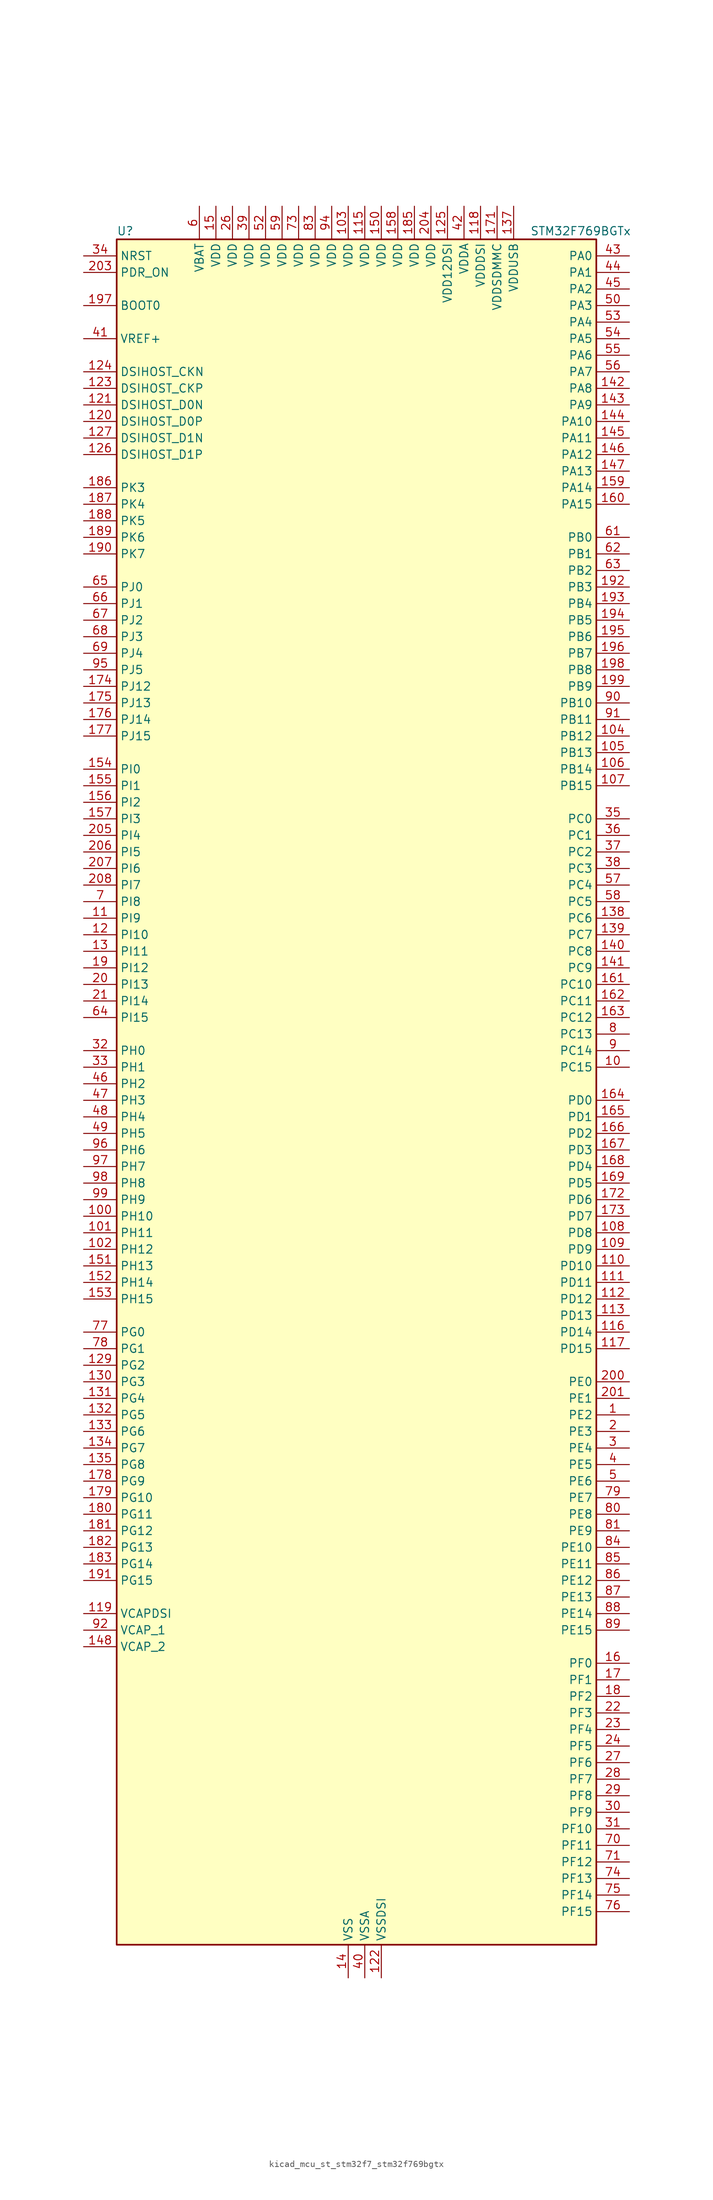
<source format=kicad_sym>
(kicad_symbol_lib
  (version 20220914)
  (generator kicad_symbol_editor)
  (symbol "kicad_mcu_st_stm32f7_stm32f769bgtx"
    (property "Reference" "U"
      (at -35.56 133.35 0)
      (effects (font (size 1.27 1.27)) (justify left)))
    (property "Value" "STM32F769BGTx"
      (at 27.94 133.35 0)
      (effects (font (size 1.27 1.27)) (justify left)))
    (property "ki_locked" ""
      (at 0 0 0)
      (effects (font (size 1.27 1.27))))
    (symbol "kicad_mcu_st_stm32f7_stm32f769bgtx_0_1"
      (rectangle (start -35.56 -129.54) (end 38.1 132.08) (stroke (width 0.254) (type default)) (fill (type background))))
    (symbol "kicad_mcu_st_stm32f7_stm32f769bgtx_1_1"
      (pin bidirectional line (at 43.18 -48.26 180) (length 5.08) (name "PE2" (effects (font (size 1.27 1.27)))) (number "1" (effects (font (size 1.27 1.27)))) (alternate "ETH_TXD3" bidirectional line) (alternate "FMC_A23" bidirectional line) (alternate "QUADSPI_BK1_IO2" bidirectional line) (alternate "SAI1_MCLK_A" bidirectional line) (alternate "SPI4_SCK" bidirectional line) (alternate "SYS_TRACECLK" bidirectional line))
      (pin bidirectional line (at 43.18 5.08 180) (length 5.08) (name "PC15" (effects (font (size 1.27 1.27)))) (number "10" (effects (font (size 1.27 1.27)))) (alternate "RCC_OSC32_OUT" bidirectional line))
      (pin bidirectional line (at -40.64 -17.78 0) (length 5.08) (name "PH10" (effects (font (size 1.27 1.27)))) (number "100" (effects (font (size 1.27 1.27)))) (alternate "DCMI_D1" bidirectional line) (alternate "FMC_D18" bidirectional line) (alternate "I2C4_SMBA" bidirectional line) (alternate "LTDC_R4" bidirectional line) (alternate "TIM5_CH1" bidirectional line))
      (pin bidirectional line (at -40.64 -20.32 0) (length 5.08) (name "PH11" (effects (font (size 1.27 1.27)))) (number "101" (effects (font (size 1.27 1.27)))) (alternate "ADC1_EXTI11" bidirectional line) (alternate "ADC2_EXTI11" bidirectional line) (alternate "ADC3_EXTI11" bidirectional line) (alternate "DCMI_D2" bidirectional line) (alternate "FMC_D19" bidirectional line) (alternate "I2C4_SCL" bidirectional line) (alternate "LTDC_R5" bidirectional line) (alternate "TIM5_CH2" bidirectional line))
      (pin bidirectional line (at -40.64 -22.86 0) (length 5.08) (name "PH12" (effects (font (size 1.27 1.27)))) (number "102" (effects (font (size 1.27 1.27)))) (alternate "DCMI_D3" bidirectional line) (alternate "FMC_D20" bidirectional line) (alternate "I2C4_SDA" bidirectional line) (alternate "LTDC_R6" bidirectional line) (alternate "TIM5_CH3" bidirectional line))
      (pin power_in line (at 0 137.16 270) (length 5.08) (name "VDD" (effects (font (size 1.27 1.27)))) (number "103" (effects (font (size 1.27 1.27)))))
      (pin bidirectional line (at 43.18 55.88 180) (length 5.08) (name "PB12" (effects (font (size 1.27 1.27)))) (number "104" (effects (font (size 1.27 1.27)))) (alternate "CAN2_RX" bidirectional line) (alternate "DFSDM1_DATIN1" bidirectional line) (alternate "ETH_TXD0" bidirectional line) (alternate "I2C2_SMBA" bidirectional line) (alternate "I2S2_WS" bidirectional line) (alternate "SPI2_NSS" bidirectional line) (alternate "TIM1_BKIN" bidirectional line) (alternate "UART5_RX" bidirectional line) (alternate "USART3_CK" bidirectional line) (alternate "USB_OTG_HS_ID" bidirectional line) (alternate "USB_OTG_HS_ULPI_D5" bidirectional line))
      (pin bidirectional line (at 43.18 53.34 180) (length 5.08) (name "PB13" (effects (font (size 1.27 1.27)))) (number "105" (effects (font (size 1.27 1.27)))) (alternate "CAN2_TX" bidirectional line) (alternate "DFSDM1_CKIN1" bidirectional line) (alternate "ETH_TXD1" bidirectional line) (alternate "I2S2_CK" bidirectional line) (alternate "SPI2_SCK" bidirectional line) (alternate "TIM1_CH1N" bidirectional line) (alternate "UART5_TX" bidirectional line) (alternate "USART3_CTS" bidirectional line) (alternate "USB_OTG_HS_ULPI_D6" bidirectional line) (alternate "USB_OTG_HS_VBUS" bidirectional line))
      (pin bidirectional line (at 43.18 50.8 180) (length 5.08) (name "PB14" (effects (font (size 1.27 1.27)))) (number "106" (effects (font (size 1.27 1.27)))) (alternate "DFSDM1_DATIN2" bidirectional line) (alternate "SDMMC2_D0" bidirectional line) (alternate "SPI2_MISO" bidirectional line) (alternate "TIM12_CH1" bidirectional line) (alternate "TIM1_CH2N" bidirectional line) (alternate "TIM8_CH2N" bidirectional line) (alternate "UART4_DE" bidirectional line) (alternate "UART4_RTS" bidirectional line) (alternate "USART1_TX" bidirectional line) (alternate "USART3_DE" bidirectional line) (alternate "USART3_RTS" bidirectional line) (alternate "USB_OTG_HS_DM" bidirectional line))
      (pin bidirectional line (at 43.18 48.26 180) (length 5.08) (name "PB15" (effects (font (size 1.27 1.27)))) (number "107" (effects (font (size 1.27 1.27)))) (alternate "DFSDM1_CKIN2" bidirectional line) (alternate "I2S2_SD" bidirectional line) (alternate "RTC_REFIN" bidirectional line) (alternate "SDMMC2_D1" bidirectional line) (alternate "SPI2_MOSI" bidirectional line) (alternate "TIM12_CH2" bidirectional line) (alternate "TIM1_CH3N" bidirectional line) (alternate "TIM8_CH3N" bidirectional line) (alternate "UART4_CTS" bidirectional line) (alternate "USART1_RX" bidirectional line) (alternate "USB_OTG_HS_DP" bidirectional line))
      (pin bidirectional line (at 43.18 -20.32 180) (length 5.08) (name "PD8" (effects (font (size 1.27 1.27)))) (number "108" (effects (font (size 1.27 1.27)))) (alternate "DFSDM1_CKIN3" bidirectional line) (alternate "FMC_D13" bidirectional line) (alternate "FMC_DA13" bidirectional line) (alternate "SPDIFRX_IN1" bidirectional line) (alternate "USART3_TX" bidirectional line))
      (pin bidirectional line (at 43.18 -22.86 180) (length 5.08) (name "PD9" (effects (font (size 1.27 1.27)))) (number "109" (effects (font (size 1.27 1.27)))) (alternate "DAC_EXTI9" bidirectional line) (alternate "DFSDM1_DATIN3" bidirectional line) (alternate "FMC_D14" bidirectional line) (alternate "FMC_DA14" bidirectional line) (alternate "USART3_RX" bidirectional line))
      (pin bidirectional line (at -40.64 27.94 0) (length 5.08) (name "PI9" (effects (font (size 1.27 1.27)))) (number "11" (effects (font (size 1.27 1.27)))) (alternate "CAN1_RX" bidirectional line) (alternate "DAC_EXTI9" bidirectional line) (alternate "FMC_D30" bidirectional line) (alternate "LTDC_VSYNC" bidirectional line) (alternate "UART4_RX" bidirectional line))
      (pin bidirectional line (at 43.18 -25.4 180) (length 5.08) (name "PD10" (effects (font (size 1.27 1.27)))) (number "110" (effects (font (size 1.27 1.27)))) (alternate "DFSDM1_CKOUT" bidirectional line) (alternate "FMC_D15" bidirectional line) (alternate "FMC_DA15" bidirectional line) (alternate "LTDC_B3" bidirectional line) (alternate "USART3_CK" bidirectional line))
      (pin bidirectional line (at 43.18 -27.94 180) (length 5.08) (name "PD11" (effects (font (size 1.27 1.27)))) (number "111" (effects (font (size 1.27 1.27)))) (alternate "ADC1_EXTI11" bidirectional line) (alternate "ADC2_EXTI11" bidirectional line) (alternate "ADC3_EXTI11" bidirectional line) (alternate "FMC_A16" bidirectional line) (alternate "FMC_CLE" bidirectional line) (alternate "I2C4_SMBA" bidirectional line) (alternate "QUADSPI_BK1_IO0" bidirectional line) (alternate "SAI2_SD_A" bidirectional line) (alternate "USART3_CTS" bidirectional line))
      (pin bidirectional line (at 43.18 -30.48 180) (length 5.08) (name "PD12" (effects (font (size 1.27 1.27)))) (number "112" (effects (font (size 1.27 1.27)))) (alternate "FMC_A17" bidirectional line) (alternate "FMC_ALE" bidirectional line) (alternate "I2C4_SCL" bidirectional line) (alternate "LPTIM1_IN1" bidirectional line) (alternate "QUADSPI_BK1_IO1" bidirectional line) (alternate "SAI2_FS_A" bidirectional line) (alternate "TIM4_CH1" bidirectional line) (alternate "USART3_DE" bidirectional line) (alternate "USART3_RTS" bidirectional line))
      (pin bidirectional line (at 43.18 -33.02 180) (length 5.08) (name "PD13" (effects (font (size 1.27 1.27)))) (number "113" (effects (font (size 1.27 1.27)))) (alternate "FMC_A18" bidirectional line) (alternate "I2C4_SDA" bidirectional line) (alternate "LPTIM1_OUT" bidirectional line) (alternate "QUADSPI_BK1_IO3" bidirectional line) (alternate "SAI2_SCK_A" bidirectional line) (alternate "TIM4_CH2" bidirectional line))
      (pin passive line (at 0 -134.62 90) (length 5.08) hide (name "VSS" (effects (font (size 1.27 1.27)))) (number "114" (effects (font (size 1.27 1.27)))))
      (pin power_in line (at 2.54 137.16 270) (length 5.08) (name "VDD" (effects (font (size 1.27 1.27)))) (number "115" (effects (font (size 1.27 1.27)))))
      (pin bidirectional line (at 43.18 -35.56 180) (length 5.08) (name "PD14" (effects (font (size 1.27 1.27)))) (number "116" (effects (font (size 1.27 1.27)))) (alternate "FMC_D0" bidirectional line) (alternate "FMC_DA0" bidirectional line) (alternate "TIM4_CH3" bidirectional line) (alternate "UART8_CTS" bidirectional line))
      (pin bidirectional line (at 43.18 -38.1 180) (length 5.08) (name "PD15" (effects (font (size 1.27 1.27)))) (number "117" (effects (font (size 1.27 1.27)))) (alternate "FMC_D1" bidirectional line) (alternate "FMC_DA1" bidirectional line) (alternate "TIM4_CH4" bidirectional line) (alternate "UART8_DE" bidirectional line) (alternate "UART8_RTS" bidirectional line))
      (pin power_in line (at 20.32 137.16 270) (length 5.08) (name "VDDDSI" (effects (font (size 1.27 1.27)))) (number "118" (effects (font (size 1.27 1.27)))))
      (pin power_out line (at -40.64 -78.74 0) (length 5.08) (name "VCAPDSI" (effects (font (size 1.27 1.27)))) (number "119" (effects (font (size 1.27 1.27)))))
      (pin bidirectional line (at -40.64 25.4 0) (length 5.08) (name "PI10" (effects (font (size 1.27 1.27)))) (number "12" (effects (font (size 1.27 1.27)))) (alternate "ETH_RX_ER" bidirectional line) (alternate "FMC_D31" bidirectional line) (alternate "LTDC_HSYNC" bidirectional line))
      (pin bidirectional line (at -40.64 104.14 0) (length 5.08) (name "DSIHOST_D0P" (effects (font (size 1.27 1.27)))) (number "120" (effects (font (size 1.27 1.27)))) (alternate "DSIHOST_D0P" bidirectional line))
      (pin bidirectional line (at -40.64 106.68 0) (length 5.08) (name "DSIHOST_D0N" (effects (font (size 1.27 1.27)))) (number "121" (effects (font (size 1.27 1.27)))) (alternate "DSIHOST_D0N" bidirectional line))
      (pin power_in line (at 5.08 -134.62 90) (length 5.08) (name "VSSDSI" (effects (font (size 1.27 1.27)))) (number "122" (effects (font (size 1.27 1.27)))))
      (pin bidirectional line (at -40.64 109.22 0) (length 5.08) (name "DSIHOST_CKP" (effects (font (size 1.27 1.27)))) (number "123" (effects (font (size 1.27 1.27)))) (alternate "DSIHOST_CKP" bidirectional line))
      (pin bidirectional line (at -40.64 111.76 0) (length 5.08) (name "DSIHOST_CKN" (effects (font (size 1.27 1.27)))) (number "124" (effects (font (size 1.27 1.27)))) (alternate "DSIHOST_CKN" bidirectional line))
      (pin power_in line (at 15.24 137.16 270) (length 5.08) (name "VDD12DSI" (effects (font (size 1.27 1.27)))) (number "125" (effects (font (size 1.27 1.27)))))
      (pin bidirectional line (at -40.64 99.06 0) (length 5.08) (name "DSIHOST_D1P" (effects (font (size 1.27 1.27)))) (number "126" (effects (font (size 1.27 1.27)))) (alternate "DSIHOST_D1P" bidirectional line))
      (pin bidirectional line (at -40.64 101.6 0) (length 5.08) (name "DSIHOST_D1N" (effects (font (size 1.27 1.27)))) (number "127" (effects (font (size 1.27 1.27)))) (alternate "DSIHOST_D1N" bidirectional line))
      (pin passive line (at 5.08 -134.62 90) (length 5.08) hide (name "VSSDSI" (effects (font (size 1.27 1.27)))) (number "128" (effects (font (size 1.27 1.27)))))
      (pin bidirectional line (at -40.64 -40.64 0) (length 5.08) (name "PG2" (effects (font (size 1.27 1.27)))) (number "129" (effects (font (size 1.27 1.27)))) (alternate "FMC_A12" bidirectional line))
      (pin bidirectional line (at -40.64 22.86 0) (length 5.08) (name "PI11" (effects (font (size 1.27 1.27)))) (number "13" (effects (font (size 1.27 1.27)))) (alternate "ADC1_EXTI11" bidirectional line) (alternate "ADC2_EXTI11" bidirectional line) (alternate "ADC3_EXTI11" bidirectional line) (alternate "LTDC_G6" bidirectional line) (alternate "SYS_WKUP6" bidirectional line) (alternate "USB_OTG_HS_ULPI_DIR" bidirectional line))
      (pin bidirectional line (at -40.64 -43.18 0) (length 5.08) (name "PG3" (effects (font (size 1.27 1.27)))) (number "130" (effects (font (size 1.27 1.27)))) (alternate "FMC_A13" bidirectional line))
      (pin bidirectional line (at -40.64 -45.72 0) (length 5.08) (name "PG4" (effects (font (size 1.27 1.27)))) (number "131" (effects (font (size 1.27 1.27)))) (alternate "FMC_A14" bidirectional line) (alternate "FMC_BA0" bidirectional line))
      (pin bidirectional line (at -40.64 -48.26 0) (length 5.08) (name "PG5" (effects (font (size 1.27 1.27)))) (number "132" (effects (font (size 1.27 1.27)))) (alternate "FMC_A15" bidirectional line) (alternate "FMC_BA1" bidirectional line))
      (pin bidirectional line (at -40.64 -50.8 0) (length 5.08) (name "PG6" (effects (font (size 1.27 1.27)))) (number "133" (effects (font (size 1.27 1.27)))) (alternate "DCMI_D12" bidirectional line) (alternate "FMC_NE3" bidirectional line) (alternate "LTDC_R7" bidirectional line))
      (pin bidirectional line (at -40.64 -53.34 0) (length 5.08) (name "PG7" (effects (font (size 1.27 1.27)))) (number "134" (effects (font (size 1.27 1.27)))) (alternate "DCMI_D13" bidirectional line) (alternate "FMC_INT" bidirectional line) (alternate "LTDC_CLK" bidirectional line) (alternate "SAI1_MCLK_A" bidirectional line) (alternate "USART6_CK" bidirectional line))
      (pin bidirectional line (at -40.64 -55.88 0) (length 5.08) (name "PG8" (effects (font (size 1.27 1.27)))) (number "135" (effects (font (size 1.27 1.27)))) (alternate "ETH_PPS_OUT" bidirectional line) (alternate "FMC_SDCLK" bidirectional line) (alternate "LTDC_G7" bidirectional line) (alternate "SPDIFRX_IN2" bidirectional line) (alternate "SPI6_NSS" bidirectional line) (alternate "USART6_DE" bidirectional line) (alternate "USART6_RTS" bidirectional line))
      (pin passive line (at 0 -134.62 90) (length 5.08) hide (name "VSS" (effects (font (size 1.27 1.27)))) (number "136" (effects (font (size 1.27 1.27)))))
      (pin power_in line (at 25.4 137.16 270) (length 5.08) (name "VDDUSB" (effects (font (size 1.27 1.27)))) (number "137" (effects (font (size 1.27 1.27)))))
      (pin bidirectional line (at 43.18 27.94 180) (length 5.08) (name "PC6" (effects (font (size 1.27 1.27)))) (number "138" (effects (font (size 1.27 1.27)))) (alternate "DCMI_D0" bidirectional line) (alternate "DFSDM1_CKIN3" bidirectional line) (alternate "FMC_NWAIT" bidirectional line) (alternate "I2S2_MCK" bidirectional line) (alternate "LTDC_HSYNC" bidirectional line) (alternate "SDMMC1_D6" bidirectional line) (alternate "SDMMC2_D6" bidirectional line) (alternate "TIM3_CH1" bidirectional line) (alternate "TIM8_CH1" bidirectional line) (alternate "USART6_TX" bidirectional line))
      (pin bidirectional line (at 43.18 25.4 180) (length 5.08) (name "PC7" (effects (font (size 1.27 1.27)))) (number "139" (effects (font (size 1.27 1.27)))) (alternate "DCMI_D1" bidirectional line) (alternate "DFSDM1_DATIN3" bidirectional line) (alternate "FMC_NE1" bidirectional line) (alternate "I2S3_MCK" bidirectional line) (alternate "LTDC_G6" bidirectional line) (alternate "SDMMC1_D7" bidirectional line) (alternate "SDMMC2_D7" bidirectional line) (alternate "TIM3_CH2" bidirectional line) (alternate "TIM8_CH2" bidirectional line) (alternate "USART6_RX" bidirectional line))
      (pin power_in line (at 0 -134.62 90) (length 5.08) (name "VSS" (effects (font (size 1.27 1.27)))) (number "14" (effects (font (size 1.27 1.27)))))
      (pin bidirectional line (at 43.18 22.86 180) (length 5.08) (name "PC8" (effects (font (size 1.27 1.27)))) (number "140" (effects (font (size 1.27 1.27)))) (alternate "DCMI_D2" bidirectional line) (alternate "FMC_NCE" bidirectional line) (alternate "FMC_NE2" bidirectional line) (alternate "SDMMC1_D0" bidirectional line) (alternate "SYS_TRACED1" bidirectional line) (alternate "TIM3_CH3" bidirectional line) (alternate "TIM8_CH3" bidirectional line) (alternate "UART5_DE" bidirectional line) (alternate "UART5_RTS" bidirectional line) (alternate "USART6_CK" bidirectional line))
      (pin bidirectional line (at 43.18 20.32 180) (length 5.08) (name "PC9" (effects (font (size 1.27 1.27)))) (number "141" (effects (font (size 1.27 1.27)))) (alternate "DAC_EXTI9" bidirectional line) (alternate "DCMI_D3" bidirectional line) (alternate "I2C3_SDA" bidirectional line) (alternate "I2S_CKIN" bidirectional line) (alternate "LTDC_B2" bidirectional line) (alternate "LTDC_G3" bidirectional line) (alternate "QUADSPI_BK1_IO0" bidirectional line) (alternate "RCC_MCO_2" bidirectional line) (alternate "SDMMC1_D1" bidirectional line) (alternate "TIM3_CH4" bidirectional line) (alternate "TIM8_CH4" bidirectional line) (alternate "UART5_CTS" bidirectional line))
      (pin bidirectional line (at 43.18 109.22 180) (length 5.08) (name "PA8" (effects (font (size 1.27 1.27)))) (number "142" (effects (font (size 1.27 1.27)))) (alternate "CAN3_RX" bidirectional line) (alternate "I2C3_SCL" bidirectional line) (alternate "LTDC_B3" bidirectional line) (alternate "LTDC_R6" bidirectional line) (alternate "RCC_MCO_1" bidirectional line) (alternate "TIM1_CH1" bidirectional line) (alternate "TIM8_BKIN2" bidirectional line) (alternate "UART7_RX" bidirectional line) (alternate "USART1_CK" bidirectional line) (alternate "USB_OTG_FS_SOF" bidirectional line))
      (pin bidirectional line (at 43.18 106.68 180) (length 5.08) (name "PA9" (effects (font (size 1.27 1.27)))) (number "143" (effects (font (size 1.27 1.27)))) (alternate "DAC_EXTI9" bidirectional line) (alternate "DCMI_D0" bidirectional line) (alternate "I2C3_SMBA" bidirectional line) (alternate "I2S2_CK" bidirectional line) (alternate "LTDC_R5" bidirectional line) (alternate "SPI2_SCK" bidirectional line) (alternate "TIM1_CH2" bidirectional line) (alternate "USART1_TX" bidirectional line) (alternate "USB_OTG_FS_VBUS" bidirectional line))
      (pin bidirectional line (at 43.18 104.14 180) (length 5.08) (name "PA10" (effects (font (size 1.27 1.27)))) (number "144" (effects (font (size 1.27 1.27)))) (alternate "DCMI_D1" bidirectional line) (alternate "LTDC_B1" bidirectional line) (alternate "LTDC_B4" bidirectional line) (alternate "MDIOS_MDIO" bidirectional line) (alternate "TIM1_CH3" bidirectional line) (alternate "USART1_RX" bidirectional line) (alternate "USB_OTG_FS_ID" bidirectional line))
      (pin bidirectional line (at 43.18 101.6 180) (length 5.08) (name "PA11" (effects (font (size 1.27 1.27)))) (number "145" (effects (font (size 1.27 1.27)))) (alternate "ADC1_EXTI11" bidirectional line) (alternate "ADC2_EXTI11" bidirectional line) (alternate "ADC3_EXTI11" bidirectional line) (alternate "CAN1_RX" bidirectional line) (alternate "I2S2_WS" bidirectional line) (alternate "LTDC_R4" bidirectional line) (alternate "SPI2_NSS" bidirectional line) (alternate "TIM1_CH4" bidirectional line) (alternate "UART4_RX" bidirectional line) (alternate "USART1_CTS" bidirectional line) (alternate "USB_OTG_FS_DM" bidirectional line))
      (pin bidirectional line (at 43.18 99.06 180) (length 5.08) (name "PA12" (effects (font (size 1.27 1.27)))) (number "146" (effects (font (size 1.27 1.27)))) (alternate "CAN1_TX" bidirectional line) (alternate "I2S2_CK" bidirectional line) (alternate "LTDC_R5" bidirectional line) (alternate "SAI2_FS_B" bidirectional line) (alternate "SPI2_SCK" bidirectional line) (alternate "TIM1_ETR" bidirectional line) (alternate "UART4_TX" bidirectional line) (alternate "USART1_DE" bidirectional line) (alternate "USART1_RTS" bidirectional line) (alternate "USB_OTG_FS_DP" bidirectional line))
      (pin bidirectional line (at 43.18 96.52 180) (length 5.08) (name "PA13" (effects (font (size 1.27 1.27)))) (number "147" (effects (font (size 1.27 1.27)))) (alternate "SYS_JTMS-SWDIO" bidirectional line))
      (pin power_out line (at -40.64 -83.82 0) (length 5.08) (name "VCAP_2" (effects (font (size 1.27 1.27)))) (number "148" (effects (font (size 1.27 1.27)))))
      (pin passive line (at 0 -134.62 90) (length 5.08) hide (name "VSS" (effects (font (size 1.27 1.27)))) (number "149" (effects (font (size 1.27 1.27)))))
      (pin power_in line (at -20.32 137.16 270) (length 5.08) (name "VDD" (effects (font (size 1.27 1.27)))) (number "15" (effects (font (size 1.27 1.27)))))
      (pin power_in line (at 5.08 137.16 270) (length 5.08) (name "VDD" (effects (font (size 1.27 1.27)))) (number "150" (effects (font (size 1.27 1.27)))))
      (pin bidirectional line (at -40.64 -25.4 0) (length 5.08) (name "PH13" (effects (font (size 1.27 1.27)))) (number "151" (effects (font (size 1.27 1.27)))) (alternate "CAN1_TX" bidirectional line) (alternate "FMC_D21" bidirectional line) (alternate "LTDC_G2" bidirectional line) (alternate "TIM8_CH1N" bidirectional line) (alternate "UART4_TX" bidirectional line))
      (pin bidirectional line (at -40.64 -27.94 0) (length 5.08) (name "PH14" (effects (font (size 1.27 1.27)))) (number "152" (effects (font (size 1.27 1.27)))) (alternate "CAN1_RX" bidirectional line) (alternate "DCMI_D4" bidirectional line) (alternate "FMC_D22" bidirectional line) (alternate "LTDC_G3" bidirectional line) (alternate "TIM8_CH2N" bidirectional line) (alternate "UART4_RX" bidirectional line))
      (pin bidirectional line (at -40.64 -30.48 0) (length 5.08) (name "PH15" (effects (font (size 1.27 1.27)))) (number "153" (effects (font (size 1.27 1.27)))) (alternate "DCMI_D11" bidirectional line) (alternate "FMC_D23" bidirectional line) (alternate "LTDC_G4" bidirectional line) (alternate "TIM8_CH3N" bidirectional line))
      (pin bidirectional line (at -40.64 50.8 0) (length 5.08) (name "PI0" (effects (font (size 1.27 1.27)))) (number "154" (effects (font (size 1.27 1.27)))) (alternate "DCMI_D13" bidirectional line) (alternate "FMC_D24" bidirectional line) (alternate "I2S2_WS" bidirectional line) (alternate "LTDC_G5" bidirectional line) (alternate "SPI2_NSS" bidirectional line) (alternate "TIM5_CH4" bidirectional line))
      (pin bidirectional line (at -40.64 48.26 0) (length 5.08) (name "PI1" (effects (font (size 1.27 1.27)))) (number "155" (effects (font (size 1.27 1.27)))) (alternate "DCMI_D8" bidirectional line) (alternate "FMC_D25" bidirectional line) (alternate "I2S2_CK" bidirectional line) (alternate "LTDC_G6" bidirectional line) (alternate "SPI2_SCK" bidirectional line) (alternate "TIM8_BKIN2" bidirectional line))
      (pin bidirectional line (at -40.64 45.72 0) (length 5.08) (name "PI2" (effects (font (size 1.27 1.27)))) (number "156" (effects (font (size 1.27 1.27)))) (alternate "DCMI_D9" bidirectional line) (alternate "FMC_D26" bidirectional line) (alternate "LTDC_G7" bidirectional line) (alternate "SPI2_MISO" bidirectional line) (alternate "TIM8_CH4" bidirectional line))
      (pin bidirectional line (at -40.64 43.18 0) (length 5.08) (name "PI3" (effects (font (size 1.27 1.27)))) (number "157" (effects (font (size 1.27 1.27)))) (alternate "DCMI_D10" bidirectional line) (alternate "FMC_D27" bidirectional line) (alternate "I2S2_SD" bidirectional line) (alternate "SPI2_MOSI" bidirectional line) (alternate "TIM8_ETR" bidirectional line))
      (pin power_in line (at 7.62 137.16 270) (length 5.08) (name "VDD" (effects (font (size 1.27 1.27)))) (number "158" (effects (font (size 1.27 1.27)))))
      (pin bidirectional line (at 43.18 93.98 180) (length 5.08) (name "PA14" (effects (font (size 1.27 1.27)))) (number "159" (effects (font (size 1.27 1.27)))) (alternate "SYS_JTCK-SWCLK" bidirectional line))
      (pin bidirectional line (at 43.18 -86.36 180) (length 5.08) (name "PF0" (effects (font (size 1.27 1.27)))) (number "16" (effects (font (size 1.27 1.27)))) (alternate "FMC_A0" bidirectional line) (alternate "I2C2_SDA" bidirectional line))
      (pin bidirectional line (at 43.18 91.44 180) (length 5.08) (name "PA15" (effects (font (size 1.27 1.27)))) (number "160" (effects (font (size 1.27 1.27)))) (alternate "CAN3_TX" bidirectional line) (alternate "CEC" bidirectional line) (alternate "I2S1_WS" bidirectional line) (alternate "I2S3_WS" bidirectional line) (alternate "SPI1_NSS" bidirectional line) (alternate "SPI3_NSS" bidirectional line) (alternate "SPI6_NSS" bidirectional line) (alternate "SYS_JTDI" bidirectional line) (alternate "TIM2_CH1" bidirectional line) (alternate "TIM2_ETR" bidirectional line) (alternate "UART4_DE" bidirectional line) (alternate "UART4_RTS" bidirectional line) (alternate "UART7_TX" bidirectional line))
      (pin bidirectional line (at 43.18 17.78 180) (length 5.08) (name "PC10" (effects (font (size 1.27 1.27)))) (number "161" (effects (font (size 1.27 1.27)))) (alternate "DCMI_D8" bidirectional line) (alternate "DFSDM1_CKIN5" bidirectional line) (alternate "I2S3_CK" bidirectional line) (alternate "LTDC_R2" bidirectional line) (alternate "QUADSPI_BK1_IO1" bidirectional line) (alternate "SDMMC1_D2" bidirectional line) (alternate "SPI3_SCK" bidirectional line) (alternate "UART4_TX" bidirectional line) (alternate "USART3_TX" bidirectional line))
      (pin bidirectional line (at 43.18 15.24 180) (length 5.08) (name "PC11" (effects (font (size 1.27 1.27)))) (number "162" (effects (font (size 1.27 1.27)))) (alternate "ADC1_EXTI11" bidirectional line) (alternate "ADC2_EXTI11" bidirectional line) (alternate "ADC3_EXTI11" bidirectional line) (alternate "DCMI_D4" bidirectional line) (alternate "DFSDM1_DATIN5" bidirectional line) (alternate "QUADSPI_BK2_NCS" bidirectional line) (alternate "SDMMC1_D3" bidirectional line) (alternate "SPI3_MISO" bidirectional line) (alternate "UART4_RX" bidirectional line) (alternate "USART3_RX" bidirectional line))
      (pin bidirectional line (at 43.18 12.7 180) (length 5.08) (name "PC12" (effects (font (size 1.27 1.27)))) (number "163" (effects (font (size 1.27 1.27)))) (alternate "DCMI_D9" bidirectional line) (alternate "I2S3_SD" bidirectional line) (alternate "SDMMC1_CK" bidirectional line) (alternate "SPI3_MOSI" bidirectional line) (alternate "SYS_TRACED3" bidirectional line) (alternate "UART5_TX" bidirectional line) (alternate "USART3_CK" bidirectional line))
      (pin bidirectional line (at 43.18 0 180) (length 5.08) (name "PD0" (effects (font (size 1.27 1.27)))) (number "164" (effects (font (size 1.27 1.27)))) (alternate "CAN1_RX" bidirectional line) (alternate "DFSDM1_CKIN6" bidirectional line) (alternate "DFSDM1_DATIN7" bidirectional line) (alternate "FMC_D2" bidirectional line) (alternate "FMC_DA2" bidirectional line) (alternate "UART4_RX" bidirectional line))
      (pin bidirectional line (at 43.18 -2.54 180) (length 5.08) (name "PD1" (effects (font (size 1.27 1.27)))) (number "165" (effects (font (size 1.27 1.27)))) (alternate "CAN1_TX" bidirectional line) (alternate "DFSDM1_CKIN7" bidirectional line) (alternate "DFSDM1_DATIN6" bidirectional line) (alternate "FMC_D3" bidirectional line) (alternate "FMC_DA3" bidirectional line) (alternate "UART4_TX" bidirectional line))
      (pin bidirectional line (at 43.18 -5.08 180) (length 5.08) (name "PD2" (effects (font (size 1.27 1.27)))) (number "166" (effects (font (size 1.27 1.27)))) (alternate "DCMI_D11" bidirectional line) (alternate "SDMMC1_CMD" bidirectional line) (alternate "SYS_TRACED2" bidirectional line) (alternate "TIM3_ETR" bidirectional line) (alternate "UART5_RX" bidirectional line))
      (pin bidirectional line (at 43.18 -7.62 180) (length 5.08) (name "PD3" (effects (font (size 1.27 1.27)))) (number "167" (effects (font (size 1.27 1.27)))) (alternate "DCMI_D5" bidirectional line) (alternate "DFSDM1_CKOUT" bidirectional line) (alternate "DFSDM1_DATIN0" bidirectional line) (alternate "FMC_CLK" bidirectional line) (alternate "I2S2_CK" bidirectional line) (alternate "LTDC_G7" bidirectional line) (alternate "SPI2_SCK" bidirectional line) (alternate "USART2_CTS" bidirectional line))
      (pin bidirectional line (at 43.18 -10.16 180) (length 5.08) (name "PD4" (effects (font (size 1.27 1.27)))) (number "168" (effects (font (size 1.27 1.27)))) (alternate "DFSDM1_CKIN0" bidirectional line) (alternate "FMC_NOE" bidirectional line) (alternate "USART2_DE" bidirectional line) (alternate "USART2_RTS" bidirectional line))
      (pin bidirectional line (at 43.18 -12.7 180) (length 5.08) (name "PD5" (effects (font (size 1.27 1.27)))) (number "169" (effects (font (size 1.27 1.27)))) (alternate "FMC_NWE" bidirectional line) (alternate "USART2_TX" bidirectional line))
      (pin bidirectional line (at 43.18 -88.9 180) (length 5.08) (name "PF1" (effects (font (size 1.27 1.27)))) (number "17" (effects (font (size 1.27 1.27)))) (alternate "FMC_A1" bidirectional line) (alternate "I2C2_SCL" bidirectional line))
      (pin passive line (at 0 -134.62 90) (length 5.08) hide (name "VSS" (effects (font (size 1.27 1.27)))) (number "170" (effects (font (size 1.27 1.27)))))
      (pin power_in line (at 22.86 137.16 270) (length 5.08) (name "VDDSDMMC" (effects (font (size 1.27 1.27)))) (number "171" (effects (font (size 1.27 1.27)))))
      (pin bidirectional line (at 43.18 -15.24 180) (length 5.08) (name "PD6" (effects (font (size 1.27 1.27)))) (number "172" (effects (font (size 1.27 1.27)))) (alternate "DCMI_D10" bidirectional line) (alternate "DFSDM1_CKIN4" bidirectional line) (alternate "DFSDM1_DATIN1" bidirectional line) (alternate "FMC_NWAIT" bidirectional line) (alternate "I2S3_SD" bidirectional line) (alternate "LTDC_B2" bidirectional line) (alternate "SAI1_SD_A" bidirectional line) (alternate "SDMMC2_CK" bidirectional line) (alternate "SPI3_MOSI" bidirectional line) (alternate "USART2_RX" bidirectional line))
      (pin bidirectional line (at 43.18 -17.78 180) (length 5.08) (name "PD7" (effects (font (size 1.27 1.27)))) (number "173" (effects (font (size 1.27 1.27)))) (alternate "DFSDM1_CKIN1" bidirectional line) (alternate "DFSDM1_DATIN4" bidirectional line) (alternate "FMC_NE1" bidirectional line) (alternate "I2S1_SD" bidirectional line) (alternate "SDMMC2_CMD" bidirectional line) (alternate "SPDIFRX_IN0" bidirectional line) (alternate "SPI1_MOSI" bidirectional line) (alternate "USART2_CK" bidirectional line))
      (pin bidirectional line (at -40.64 63.5 0) (length 5.08) (name "PJ12" (effects (font (size 1.27 1.27)))) (number "174" (effects (font (size 1.27 1.27)))) (alternate "LTDC_B0" bidirectional line) (alternate "LTDC_G3" bidirectional line))
      (pin bidirectional line (at -40.64 60.96 0) (length 5.08) (name "PJ13" (effects (font (size 1.27 1.27)))) (number "175" (effects (font (size 1.27 1.27)))) (alternate "LTDC_B1" bidirectional line) (alternate "LTDC_G4" bidirectional line))
      (pin bidirectional line (at -40.64 58.42 0) (length 5.08) (name "PJ14" (effects (font (size 1.27 1.27)))) (number "176" (effects (font (size 1.27 1.27)))) (alternate "LTDC_B2" bidirectional line))
      (pin bidirectional line (at -40.64 55.88 0) (length 5.08) (name "PJ15" (effects (font (size 1.27 1.27)))) (number "177" (effects (font (size 1.27 1.27)))) (alternate "LTDC_B3" bidirectional line))
      (pin bidirectional line (at -40.64 -58.42 0) (length 5.08) (name "PG9" (effects (font (size 1.27 1.27)))) (number "178" (effects (font (size 1.27 1.27)))) (alternate "DAC_EXTI9" bidirectional line) (alternate "DCMI_VSYNC" bidirectional line) (alternate "FMC_NCE" bidirectional line) (alternate "FMC_NE2" bidirectional line) (alternate "QUADSPI_BK2_IO2" bidirectional line) (alternate "SAI2_FS_B" bidirectional line) (alternate "SDMMC2_D0" bidirectional line) (alternate "SPDIFRX_IN3" bidirectional line) (alternate "SPI1_MISO" bidirectional line) (alternate "USART6_RX" bidirectional line))
      (pin bidirectional line (at -40.64 -60.96 0) (length 5.08) (name "PG10" (effects (font (size 1.27 1.27)))) (number "179" (effects (font (size 1.27 1.27)))) (alternate "DCMI_D2" bidirectional line) (alternate "FMC_NE3" bidirectional line) (alternate "I2S1_WS" bidirectional line) (alternate "LTDC_B2" bidirectional line) (alternate "LTDC_G3" bidirectional line) (alternate "SAI2_SD_B" bidirectional line) (alternate "SDMMC2_D1" bidirectional line) (alternate "SPI1_NSS" bidirectional line))
      (pin bidirectional line (at 43.18 -91.44 180) (length 5.08) (name "PF2" (effects (font (size 1.27 1.27)))) (number "18" (effects (font (size 1.27 1.27)))) (alternate "FMC_A2" bidirectional line) (alternate "I2C2_SMBA" bidirectional line))
      (pin bidirectional line (at -40.64 -63.5 0) (length 5.08) (name "PG11" (effects (font (size 1.27 1.27)))) (number "180" (effects (font (size 1.27 1.27)))) (alternate "ADC1_EXTI11" bidirectional line) (alternate "ADC2_EXTI11" bidirectional line) (alternate "ADC3_EXTI11" bidirectional line) (alternate "DCMI_D3" bidirectional line) (alternate "ETH_TX_EN" bidirectional line) (alternate "I2S1_CK" bidirectional line) (alternate "LTDC_B3" bidirectional line) (alternate "SDMMC2_D2" bidirectional line) (alternate "SPDIFRX_IN0" bidirectional line) (alternate "SPI1_SCK" bidirectional line))
      (pin bidirectional line (at -40.64 -66.04 0) (length 5.08) (name "PG12" (effects (font (size 1.27 1.27)))) (number "181" (effects (font (size 1.27 1.27)))) (alternate "FMC_NE4" bidirectional line) (alternate "LPTIM1_IN1" bidirectional line) (alternate "LTDC_B1" bidirectional line) (alternate "LTDC_B4" bidirectional line) (alternate "SDMMC2_D3" bidirectional line) (alternate "SPDIFRX_IN1" bidirectional line) (alternate "SPI6_MISO" bidirectional line) (alternate "USART6_DE" bidirectional line) (alternate "USART6_RTS" bidirectional line))
      (pin bidirectional line (at -40.64 -68.58 0) (length 5.08) (name "PG13" (effects (font (size 1.27 1.27)))) (number "182" (effects (font (size 1.27 1.27)))) (alternate "ETH_TXD0" bidirectional line) (alternate "FMC_A24" bidirectional line) (alternate "LPTIM1_OUT" bidirectional line) (alternate "LTDC_R0" bidirectional line) (alternate "SPI6_SCK" bidirectional line) (alternate "SYS_TRACED0" bidirectional line) (alternate "USART6_CTS" bidirectional line))
      (pin bidirectional line (at -40.64 -71.12 0) (length 5.08) (name "PG14" (effects (font (size 1.27 1.27)))) (number "183" (effects (font (size 1.27 1.27)))) (alternate "ETH_TXD1" bidirectional line) (alternate "FMC_A25" bidirectional line) (alternate "LPTIM1_ETR" bidirectional line) (alternate "LTDC_B0" bidirectional line) (alternate "QUADSPI_BK2_IO3" bidirectional line) (alternate "SPI6_MOSI" bidirectional line) (alternate "SYS_TRACED1" bidirectional line) (alternate "USART6_TX" bidirectional line))
      (pin passive line (at 0 -134.62 90) (length 5.08) hide (name "VSS" (effects (font (size 1.27 1.27)))) (number "184" (effects (font (size 1.27 1.27)))))
      (pin power_in line (at 10.16 137.16 270) (length 5.08) (name "VDD" (effects (font (size 1.27 1.27)))) (number "185" (effects (font (size 1.27 1.27)))))
      (pin bidirectional line (at -40.64 93.98 0) (length 5.08) (name "PK3" (effects (font (size 1.27 1.27)))) (number "186" (effects (font (size 1.27 1.27)))) (alternate "LTDC_B4" bidirectional line))
      (pin bidirectional line (at -40.64 91.44 0) (length 5.08) (name "PK4" (effects (font (size 1.27 1.27)))) (number "187" (effects (font (size 1.27 1.27)))) (alternate "LTDC_B5" bidirectional line))
      (pin bidirectional line (at -40.64 88.9 0) (length 5.08) (name "PK5" (effects (font (size 1.27 1.27)))) (number "188" (effects (font (size 1.27 1.27)))) (alternate "LTDC_B6" bidirectional line))
      (pin bidirectional line (at -40.64 86.36 0) (length 5.08) (name "PK6" (effects (font (size 1.27 1.27)))) (number "189" (effects (font (size 1.27 1.27)))) (alternate "LTDC_B7" bidirectional line))
      (pin bidirectional line (at -40.64 20.32 0) (length 5.08) (name "PI12" (effects (font (size 1.27 1.27)))) (number "19" (effects (font (size 1.27 1.27)))) (alternate "LTDC_HSYNC" bidirectional line))
      (pin bidirectional line (at -40.64 83.82 0) (length 5.08) (name "PK7" (effects (font (size 1.27 1.27)))) (number "190" (effects (font (size 1.27 1.27)))) (alternate "LTDC_DE" bidirectional line))
      (pin bidirectional line (at -40.64 -73.66 0) (length 5.08) (name "PG15" (effects (font (size 1.27 1.27)))) (number "191" (effects (font (size 1.27 1.27)))) (alternate "DCMI_D13" bidirectional line) (alternate "FMC_SDNCAS" bidirectional line) (alternate "USART6_CTS" bidirectional line))
      (pin bidirectional line (at 43.18 78.74 180) (length 5.08) (name "PB3" (effects (font (size 1.27 1.27)))) (number "192" (effects (font (size 1.27 1.27)))) (alternate "CAN3_RX" bidirectional line) (alternate "I2S1_CK" bidirectional line) (alternate "I2S3_CK" bidirectional line) (alternate "SDMMC2_D2" bidirectional line) (alternate "SPI1_SCK" bidirectional line) (alternate "SPI3_SCK" bidirectional line) (alternate "SPI6_SCK" bidirectional line) (alternate "SYS_JTDO-SWO" bidirectional line) (alternate "TIM2_CH2" bidirectional line) (alternate "UART7_RX" bidirectional line))
      (pin bidirectional line (at 43.18 76.2 180) (length 5.08) (name "PB4" (effects (font (size 1.27 1.27)))) (number "193" (effects (font (size 1.27 1.27)))) (alternate "CAN3_TX" bidirectional line) (alternate "I2S2_WS" bidirectional line) (alternate "SDMMC2_D3" bidirectional line) (alternate "SPI1_MISO" bidirectional line) (alternate "SPI2_NSS" bidirectional line) (alternate "SPI3_MISO" bidirectional line) (alternate "SPI6_MISO" bidirectional line) (alternate "SYS_JTRST" bidirectional line) (alternate "TIM3_CH1" bidirectional line) (alternate "UART7_TX" bidirectional line))
      (pin bidirectional line (at 43.18 73.66 180) (length 5.08) (name "PB5" (effects (font (size 1.27 1.27)))) (number "194" (effects (font (size 1.27 1.27)))) (alternate "CAN2_RX" bidirectional line) (alternate "DCMI_D10" bidirectional line) (alternate "ETH_PPS_OUT" bidirectional line) (alternate "FMC_SDCKE1" bidirectional line) (alternate "I2C1_SMBA" bidirectional line) (alternate "I2S1_SD" bidirectional line) (alternate "I2S3_SD" bidirectional line) (alternate "LTDC_G7" bidirectional line) (alternate "SPI1_MOSI" bidirectional line) (alternate "SPI3_MOSI" bidirectional line) (alternate "SPI6_MOSI" bidirectional line) (alternate "TIM3_CH2" bidirectional line) (alternate "UART5_RX" bidirectional line) (alternate "USB_OTG_HS_ULPI_D7" bidirectional line))
      (pin bidirectional line (at 43.18 71.12 180) (length 5.08) (name "PB6" (effects (font (size 1.27 1.27)))) (number "195" (effects (font (size 1.27 1.27)))) (alternate "CAN2_TX" bidirectional line) (alternate "CEC" bidirectional line) (alternate "DCMI_D5" bidirectional line) (alternate "DFSDM1_DATIN5" bidirectional line) (alternate "FMC_SDNE1" bidirectional line) (alternate "I2C1_SCL" bidirectional line) (alternate "I2C4_SCL" bidirectional line) (alternate "QUADSPI_BK1_NCS" bidirectional line) (alternate "TIM4_CH1" bidirectional line) (alternate "UART5_TX" bidirectional line) (alternate "USART1_TX" bidirectional line))
      (pin bidirectional line (at 43.18 68.58 180) (length 5.08) (name "PB7" (effects (font (size 1.27 1.27)))) (number "196" (effects (font (size 1.27 1.27)))) (alternate "DCMI_VSYNC" bidirectional line) (alternate "DFSDM1_CKIN5" bidirectional line) (alternate "FMC_NL" bidirectional line) (alternate "I2C1_SDA" bidirectional line) (alternate "I2C4_SDA" bidirectional line) (alternate "TIM4_CH2" bidirectional line) (alternate "USART1_RX" bidirectional line))
      (pin input line (at -40.64 121.92 0) (length 5.08) (name "BOOT0" (effects (font (size 1.27 1.27)))) (number "197" (effects (font (size 1.27 1.27)))))
      (pin bidirectional line (at 43.18 66.04 180) (length 5.08) (name "PB8" (effects (font (size 1.27 1.27)))) (number "198" (effects (font (size 1.27 1.27)))) (alternate "CAN1_RX" bidirectional line) (alternate "DCMI_D6" bidirectional line) (alternate "DFSDM1_CKIN7" bidirectional line) (alternate "ETH_TXD3" bidirectional line) (alternate "I2C1_SCL" bidirectional line) (alternate "I2C4_SCL" bidirectional line) (alternate "LTDC_B6" bidirectional line) (alternate "SDMMC1_D4" bidirectional line) (alternate "SDMMC2_D4" bidirectional line) (alternate "TIM10_CH1" bidirectional line) (alternate "TIM4_CH3" bidirectional line) (alternate "UART5_RX" bidirectional line))
      (pin bidirectional line (at 43.18 63.5 180) (length 5.08) (name "PB9" (effects (font (size 1.27 1.27)))) (number "199" (effects (font (size 1.27 1.27)))) (alternate "CAN1_TX" bidirectional line) (alternate "DAC_EXTI9" bidirectional line) (alternate "DCMI_D7" bidirectional line) (alternate "DFSDM1_DATIN7" bidirectional line) (alternate "I2C1_SDA" bidirectional line) (alternate "I2C4_SDA" bidirectional line) (alternate "I2C4_SMBA" bidirectional line) (alternate "I2S2_WS" bidirectional line) (alternate "LTDC_B7" bidirectional line) (alternate "SDMMC1_D5" bidirectional line) (alternate "SDMMC2_D5" bidirectional line) (alternate "SPI2_NSS" bidirectional line) (alternate "TIM11_CH1" bidirectional line) (alternate "TIM4_CH4" bidirectional line) (alternate "UART5_TX" bidirectional line))
      (pin bidirectional line (at 43.18 -50.8 180) (length 5.08) (name "PE3" (effects (font (size 1.27 1.27)))) (number "2" (effects (font (size 1.27 1.27)))) (alternate "FMC_A19" bidirectional line) (alternate "SAI1_SD_B" bidirectional line) (alternate "SYS_TRACED0" bidirectional line))
      (pin bidirectional line (at -40.64 17.78 0) (length 5.08) (name "PI13" (effects (font (size 1.27 1.27)))) (number "20" (effects (font (size 1.27 1.27)))) (alternate "LTDC_VSYNC" bidirectional line))
      (pin bidirectional line (at 43.18 -43.18 180) (length 5.08) (name "PE0" (effects (font (size 1.27 1.27)))) (number "200" (effects (font (size 1.27 1.27)))) (alternate "DCMI_D2" bidirectional line) (alternate "FMC_NBL0" bidirectional line) (alternate "LPTIM1_ETR" bidirectional line) (alternate "SAI2_MCLK_A" bidirectional line) (alternate "TIM4_ETR" bidirectional line) (alternate "UART8_RX" bidirectional line))
      (pin bidirectional line (at 43.18 -45.72 180) (length 5.08) (name "PE1" (effects (font (size 1.27 1.27)))) (number "201" (effects (font (size 1.27 1.27)))) (alternate "DCMI_D3" bidirectional line) (alternate "FMC_NBL1" bidirectional line) (alternate "LPTIM1_IN2" bidirectional line) (alternate "UART8_TX" bidirectional line))
      (pin passive line (at 0 -134.62 90) (length 5.08) hide (name "VSS" (effects (font (size 1.27 1.27)))) (number "202" (effects (font (size 1.27 1.27)))))
      (pin input line (at -40.64 127 0) (length 5.08) (name "PDR_ON" (effects (font (size 1.27 1.27)))) (number "203" (effects (font (size 1.27 1.27)))))
      (pin power_in line (at 12.7 137.16 270) (length 5.08) (name "VDD" (effects (font (size 1.27 1.27)))) (number "204" (effects (font (size 1.27 1.27)))))
      (pin bidirectional line (at -40.64 40.64 0) (length 5.08) (name "PI4" (effects (font (size 1.27 1.27)))) (number "205" (effects (font (size 1.27 1.27)))) (alternate "DCMI_D5" bidirectional line) (alternate "FMC_NBL2" bidirectional line) (alternate "LTDC_B4" bidirectional line) (alternate "SAI2_MCLK_A" bidirectional line) (alternate "TIM8_BKIN" bidirectional line))
      (pin bidirectional line (at -40.64 38.1 0) (length 5.08) (name "PI5" (effects (font (size 1.27 1.27)))) (number "206" (effects (font (size 1.27 1.27)))) (alternate "DCMI_VSYNC" bidirectional line) (alternate "FMC_NBL3" bidirectional line) (alternate "LTDC_B5" bidirectional line) (alternate "SAI2_SCK_A" bidirectional line) (alternate "TIM8_CH1" bidirectional line))
      (pin bidirectional line (at -40.64 35.56 0) (length 5.08) (name "PI6" (effects (font (size 1.27 1.27)))) (number "207" (effects (font (size 1.27 1.27)))) (alternate "DCMI_D6" bidirectional line) (alternate "FMC_D28" bidirectional line) (alternate "LTDC_B6" bidirectional line) (alternate "SAI2_SD_A" bidirectional line) (alternate "TIM8_CH2" bidirectional line))
      (pin bidirectional line (at -40.64 33.02 0) (length 5.08) (name "PI7" (effects (font (size 1.27 1.27)))) (number "208" (effects (font (size 1.27 1.27)))) (alternate "DCMI_D7" bidirectional line) (alternate "FMC_D29" bidirectional line) (alternate "LTDC_B7" bidirectional line) (alternate "SAI2_FS_A" bidirectional line) (alternate "TIM8_CH3" bidirectional line))
      (pin bidirectional line (at -40.64 15.24 0) (length 5.08) (name "PI14" (effects (font (size 1.27 1.27)))) (number "21" (effects (font (size 1.27 1.27)))) (alternate "LTDC_CLK" bidirectional line))
      (pin bidirectional line (at 43.18 -93.98 180) (length 5.08) (name "PF3" (effects (font (size 1.27 1.27)))) (number "22" (effects (font (size 1.27 1.27)))) (alternate "ADC3_IN9" bidirectional line) (alternate "FMC_A3" bidirectional line))
      (pin bidirectional line (at 43.18 -96.52 180) (length 5.08) (name "PF4" (effects (font (size 1.27 1.27)))) (number "23" (effects (font (size 1.27 1.27)))) (alternate "ADC3_IN14" bidirectional line) (alternate "FMC_A4" bidirectional line))
      (pin bidirectional line (at 43.18 -99.06 180) (length 5.08) (name "PF5" (effects (font (size 1.27 1.27)))) (number "24" (effects (font (size 1.27 1.27)))) (alternate "ADC3_IN15" bidirectional line) (alternate "FMC_A5" bidirectional line))
      (pin passive line (at 0 -134.62 90) (length 5.08) hide (name "VSS" (effects (font (size 1.27 1.27)))) (number "25" (effects (font (size 1.27 1.27)))))
      (pin power_in line (at -17.78 137.16 270) (length 5.08) (name "VDD" (effects (font (size 1.27 1.27)))) (number "26" (effects (font (size 1.27 1.27)))))
      (pin bidirectional line (at 43.18 -101.6 180) (length 5.08) (name "PF6" (effects (font (size 1.27 1.27)))) (number "27" (effects (font (size 1.27 1.27)))) (alternate "ADC3_IN4" bidirectional line) (alternate "QUADSPI_BK1_IO3" bidirectional line) (alternate "SAI1_SD_B" bidirectional line) (alternate "SPI5_NSS" bidirectional line) (alternate "TIM10_CH1" bidirectional line) (alternate "UART7_RX" bidirectional line))
      (pin bidirectional line (at 43.18 -104.14 180) (length 5.08) (name "PF7" (effects (font (size 1.27 1.27)))) (number "28" (effects (font (size 1.27 1.27)))) (alternate "ADC3_IN5" bidirectional line) (alternate "QUADSPI_BK1_IO2" bidirectional line) (alternate "SAI1_MCLK_B" bidirectional line) (alternate "SPI5_SCK" bidirectional line) (alternate "TIM11_CH1" bidirectional line) (alternate "UART7_TX" bidirectional line))
      (pin bidirectional line (at 43.18 -106.68 180) (length 5.08) (name "PF8" (effects (font (size 1.27 1.27)))) (number "29" (effects (font (size 1.27 1.27)))) (alternate "ADC3_IN6" bidirectional line) (alternate "QUADSPI_BK1_IO0" bidirectional line) (alternate "SAI1_SCK_B" bidirectional line) (alternate "SPI5_MISO" bidirectional line) (alternate "TIM13_CH1" bidirectional line) (alternate "UART7_DE" bidirectional line) (alternate "UART7_RTS" bidirectional line))
      (pin bidirectional line (at 43.18 -53.34 180) (length 5.08) (name "PE4" (effects (font (size 1.27 1.27)))) (number "3" (effects (font (size 1.27 1.27)))) (alternate "DCMI_D4" bidirectional line) (alternate "DFSDM1_DATIN3" bidirectional line) (alternate "FMC_A20" bidirectional line) (alternate "LTDC_B0" bidirectional line) (alternate "SAI1_FS_A" bidirectional line) (alternate "SPI4_NSS" bidirectional line) (alternate "SYS_TRACED1" bidirectional line))
      (pin bidirectional line (at 43.18 -109.22 180) (length 5.08) (name "PF9" (effects (font (size 1.27 1.27)))) (number "30" (effects (font (size 1.27 1.27)))) (alternate "ADC3_IN7" bidirectional line) (alternate "DAC_EXTI9" bidirectional line) (alternate "QUADSPI_BK1_IO1" bidirectional line) (alternate "SAI1_FS_B" bidirectional line) (alternate "SPI5_MOSI" bidirectional line) (alternate "TIM14_CH1" bidirectional line) (alternate "UART7_CTS" bidirectional line))
      (pin bidirectional line (at 43.18 -111.76 180) (length 5.08) (name "PF10" (effects (font (size 1.27 1.27)))) (number "31" (effects (font (size 1.27 1.27)))) (alternate "ADC3_IN8" bidirectional line) (alternate "DCMI_D11" bidirectional line) (alternate "LTDC_DE" bidirectional line) (alternate "QUADSPI_CLK" bidirectional line))
      (pin bidirectional line (at -40.64 7.62 0) (length 5.08) (name "PH0" (effects (font (size 1.27 1.27)))) (number "32" (effects (font (size 1.27 1.27)))) (alternate "RCC_OSC_IN" bidirectional line))
      (pin bidirectional line (at -40.64 5.08 0) (length 5.08) (name "PH1" (effects (font (size 1.27 1.27)))) (number "33" (effects (font (size 1.27 1.27)))) (alternate "RCC_OSC_OUT" bidirectional line))
      (pin input line (at -40.64 129.54 0) (length 5.08) (name "NRST" (effects (font (size 1.27 1.27)))) (number "34" (effects (font (size 1.27 1.27)))))
      (pin bidirectional line (at 43.18 43.18 180) (length 5.08) (name "PC0" (effects (font (size 1.27 1.27)))) (number "35" (effects (font (size 1.27 1.27)))) (alternate "ADC1_IN10" bidirectional line) (alternate "ADC2_IN10" bidirectional line) (alternate "ADC3_IN10" bidirectional line) (alternate "DFSDM1_CKIN0" bidirectional line) (alternate "DFSDM1_DATIN4" bidirectional line) (alternate "FMC_SDNWE" bidirectional line) (alternate "LTDC_R5" bidirectional line) (alternate "SAI2_FS_B" bidirectional line) (alternate "USB_OTG_HS_ULPI_STP" bidirectional line))
      (pin bidirectional line (at 43.18 40.64 180) (length 5.08) (name "PC1" (effects (font (size 1.27 1.27)))) (number "36" (effects (font (size 1.27 1.27)))) (alternate "ADC1_IN11" bidirectional line) (alternate "ADC2_IN11" bidirectional line) (alternate "ADC3_IN11" bidirectional line) (alternate "DFSDM1_CKIN4" bidirectional line) (alternate "DFSDM1_DATIN0" bidirectional line) (alternate "ETH_MDC" bidirectional line) (alternate "I2S2_SD" bidirectional line) (alternate "MDIOS_MDC" bidirectional line) (alternate "RTC_TAMP3" bidirectional line) (alternate "RTC_TS" bidirectional line) (alternate "SAI1_SD_A" bidirectional line) (alternate "SPI2_MOSI" bidirectional line) (alternate "SYS_TRACED0" bidirectional line) (alternate "SYS_WKUP3" bidirectional line))
      (pin bidirectional line (at 43.18 38.1 180) (length 5.08) (name "PC2" (effects (font (size 1.27 1.27)))) (number "37" (effects (font (size 1.27 1.27)))) (alternate "ADC1_IN12" bidirectional line) (alternate "ADC2_IN12" bidirectional line) (alternate "ADC3_IN12" bidirectional line) (alternate "DFSDM1_CKIN1" bidirectional line) (alternate "DFSDM1_CKOUT" bidirectional line) (alternate "ETH_TXD2" bidirectional line) (alternate "FMC_SDNE0" bidirectional line) (alternate "SPI2_MISO" bidirectional line) (alternate "USB_OTG_HS_ULPI_DIR" bidirectional line))
      (pin bidirectional line (at 43.18 35.56 180) (length 5.08) (name "PC3" (effects (font (size 1.27 1.27)))) (number "38" (effects (font (size 1.27 1.27)))) (alternate "ADC1_IN13" bidirectional line) (alternate "ADC2_IN13" bidirectional line) (alternate "ADC3_IN13" bidirectional line) (alternate "DFSDM1_DATIN1" bidirectional line) (alternate "ETH_TX_CLK" bidirectional line) (alternate "FMC_SDCKE0" bidirectional line) (alternate "I2S2_SD" bidirectional line) (alternate "SPI2_MOSI" bidirectional line) (alternate "USB_OTG_HS_ULPI_NXT" bidirectional line))
      (pin power_in line (at -15.24 137.16 270) (length 5.08) (name "VDD" (effects (font (size 1.27 1.27)))) (number "39" (effects (font (size 1.27 1.27)))))
      (pin bidirectional line (at 43.18 -55.88 180) (length 5.08) (name "PE5" (effects (font (size 1.27 1.27)))) (number "4" (effects (font (size 1.27 1.27)))) (alternate "DCMI_D6" bidirectional line) (alternate "DFSDM1_CKIN3" bidirectional line) (alternate "FMC_A21" bidirectional line) (alternate "LTDC_G0" bidirectional line) (alternate "SAI1_SCK_A" bidirectional line) (alternate "SPI4_MISO" bidirectional line) (alternate "SYS_TRACED2" bidirectional line) (alternate "TIM9_CH1" bidirectional line))
      (pin power_in line (at 2.54 -134.62 90) (length 5.08) (name "VSSA" (effects (font (size 1.27 1.27)))) (number "40" (effects (font (size 1.27 1.27)))))
      (pin input line (at -40.64 116.84 0) (length 5.08) (name "VREF+" (effects (font (size 1.27 1.27)))) (number "41" (effects (font (size 1.27 1.27)))))
      (pin power_in line (at 17.78 137.16 270) (length 5.08) (name "VDDA" (effects (font (size 1.27 1.27)))) (number "42" (effects (font (size 1.27 1.27)))))
      (pin bidirectional line (at 43.18 129.54 180) (length 5.08) (name "PA0" (effects (font (size 1.27 1.27)))) (number "43" (effects (font (size 1.27 1.27)))) (alternate "ADC1_IN0" bidirectional line) (alternate "ADC2_IN0" bidirectional line) (alternate "ADC3_IN0" bidirectional line) (alternate "ETH_CRS" bidirectional line) (alternate "SAI2_SD_B" bidirectional line) (alternate "SYS_WKUP1" bidirectional line) (alternate "TIM2_CH1" bidirectional line) (alternate "TIM2_ETR" bidirectional line) (alternate "TIM5_CH1" bidirectional line) (alternate "TIM8_ETR" bidirectional line) (alternate "UART4_TX" bidirectional line) (alternate "USART2_CTS" bidirectional line))
      (pin bidirectional line (at 43.18 127 180) (length 5.08) (name "PA1" (effects (font (size 1.27 1.27)))) (number "44" (effects (font (size 1.27 1.27)))) (alternate "ADC1_IN1" bidirectional line) (alternate "ADC2_IN1" bidirectional line) (alternate "ADC3_IN1" bidirectional line) (alternate "ETH_REF_CLK" bidirectional line) (alternate "ETH_RX_CLK" bidirectional line) (alternate "LTDC_R2" bidirectional line) (alternate "QUADSPI_BK1_IO3" bidirectional line) (alternate "SAI2_MCLK_B" bidirectional line) (alternate "TIM2_CH2" bidirectional line) (alternate "TIM5_CH2" bidirectional line) (alternate "UART4_RX" bidirectional line) (alternate "USART2_DE" bidirectional line) (alternate "USART2_RTS" bidirectional line))
      (pin bidirectional line (at 43.18 124.46 180) (length 5.08) (name "PA2" (effects (font (size 1.27 1.27)))) (number "45" (effects (font (size 1.27 1.27)))) (alternate "ADC1_IN2" bidirectional line) (alternate "ADC2_IN2" bidirectional line) (alternate "ADC3_IN2" bidirectional line) (alternate "ETH_MDIO" bidirectional line) (alternate "LTDC_R1" bidirectional line) (alternate "MDIOS_MDIO" bidirectional line) (alternate "SAI2_SCK_B" bidirectional line) (alternate "SYS_WKUP2" bidirectional line) (alternate "TIM2_CH3" bidirectional line) (alternate "TIM5_CH3" bidirectional line) (alternate "TIM9_CH1" bidirectional line) (alternate "USART2_TX" bidirectional line))
      (pin bidirectional line (at -40.64 2.54 0) (length 5.08) (name "PH2" (effects (font (size 1.27 1.27)))) (number "46" (effects (font (size 1.27 1.27)))) (alternate "ETH_CRS" bidirectional line) (alternate "FMC_SDCKE0" bidirectional line) (alternate "LPTIM1_IN2" bidirectional line) (alternate "LTDC_R0" bidirectional line) (alternate "QUADSPI_BK2_IO0" bidirectional line) (alternate "SAI2_SCK_B" bidirectional line))
      (pin bidirectional line (at -40.64 0 0) (length 5.08) (name "PH3" (effects (font (size 1.27 1.27)))) (number "47" (effects (font (size 1.27 1.27)))) (alternate "ETH_COL" bidirectional line) (alternate "FMC_SDNE0" bidirectional line) (alternate "LTDC_R1" bidirectional line) (alternate "QUADSPI_BK2_IO1" bidirectional line) (alternate "SAI2_MCLK_B" bidirectional line))
      (pin bidirectional line (at -40.64 -2.54 0) (length 5.08) (name "PH4" (effects (font (size 1.27 1.27)))) (number "48" (effects (font (size 1.27 1.27)))) (alternate "I2C2_SCL" bidirectional line) (alternate "LTDC_G4" bidirectional line) (alternate "LTDC_G5" bidirectional line) (alternate "USB_OTG_HS_ULPI_NXT" bidirectional line))
      (pin bidirectional line (at -40.64 -5.08 0) (length 5.08) (name "PH5" (effects (font (size 1.27 1.27)))) (number "49" (effects (font (size 1.27 1.27)))) (alternate "FMC_SDNWE" bidirectional line) (alternate "I2C2_SDA" bidirectional line) (alternate "SPI5_NSS" bidirectional line))
      (pin bidirectional line (at 43.18 -58.42 180) (length 5.08) (name "PE6" (effects (font (size 1.27 1.27)))) (number "5" (effects (font (size 1.27 1.27)))) (alternate "DCMI_D7" bidirectional line) (alternate "FMC_A22" bidirectional line) (alternate "LTDC_G1" bidirectional line) (alternate "SAI1_SD_A" bidirectional line) (alternate "SAI2_MCLK_B" bidirectional line) (alternate "SPI4_MOSI" bidirectional line) (alternate "SYS_TRACED3" bidirectional line) (alternate "TIM1_BKIN2" bidirectional line) (alternate "TIM9_CH2" bidirectional line))
      (pin bidirectional line (at 43.18 121.92 180) (length 5.08) (name "PA3" (effects (font (size 1.27 1.27)))) (number "50" (effects (font (size 1.27 1.27)))) (alternate "ADC1_IN3" bidirectional line) (alternate "ADC2_IN3" bidirectional line) (alternate "ADC3_IN3" bidirectional line) (alternate "ETH_COL" bidirectional line) (alternate "LTDC_B2" bidirectional line) (alternate "LTDC_B5" bidirectional line) (alternate "TIM2_CH4" bidirectional line) (alternate "TIM5_CH4" bidirectional line) (alternate "TIM9_CH2" bidirectional line) (alternate "USART2_RX" bidirectional line) (alternate "USB_OTG_HS_ULPI_D0" bidirectional line))
      (pin passive line (at 0 -134.62 90) (length 5.08) hide (name "VSS" (effects (font (size 1.27 1.27)))) (number "51" (effects (font (size 1.27 1.27)))))
      (pin power_in line (at -12.7 137.16 270) (length 5.08) (name "VDD" (effects (font (size 1.27 1.27)))) (number "52" (effects (font (size 1.27 1.27)))))
      (pin bidirectional line (at 43.18 119.38 180) (length 5.08) (name "PA4" (effects (font (size 1.27 1.27)))) (number "53" (effects (font (size 1.27 1.27)))) (alternate "ADC1_IN4" bidirectional line) (alternate "ADC2_IN4" bidirectional line) (alternate "DAC_OUT1" bidirectional line) (alternate "DCMI_HSYNC" bidirectional line) (alternate "I2S1_WS" bidirectional line) (alternate "I2S3_WS" bidirectional line) (alternate "LTDC_VSYNC" bidirectional line) (alternate "SPI1_NSS" bidirectional line) (alternate "SPI3_NSS" bidirectional line) (alternate "SPI6_NSS" bidirectional line) (alternate "USART2_CK" bidirectional line) (alternate "USB_OTG_HS_SOF" bidirectional line))
      (pin bidirectional line (at 43.18 116.84 180) (length 5.08) (name "PA5" (effects (font (size 1.27 1.27)))) (number "54" (effects (font (size 1.27 1.27)))) (alternate "ADC1_IN5" bidirectional line) (alternate "ADC2_IN5" bidirectional line) (alternate "DAC_OUT2" bidirectional line) (alternate "I2S1_CK" bidirectional line) (alternate "LTDC_R4" bidirectional line) (alternate "SPI1_SCK" bidirectional line) (alternate "SPI6_SCK" bidirectional line) (alternate "TIM2_CH1" bidirectional line) (alternate "TIM2_ETR" bidirectional line) (alternate "TIM8_CH1N" bidirectional line) (alternate "USB_OTG_HS_ULPI_CK" bidirectional line))
      (pin bidirectional line (at 43.18 114.3 180) (length 5.08) (name "PA6" (effects (font (size 1.27 1.27)))) (number "55" (effects (font (size 1.27 1.27)))) (alternate "ADC1_IN6" bidirectional line) (alternate "ADC2_IN6" bidirectional line) (alternate "DCMI_PIXCLK" bidirectional line) (alternate "LTDC_G2" bidirectional line) (alternate "MDIOS_MDC" bidirectional line) (alternate "SPI1_MISO" bidirectional line) (alternate "SPI6_MISO" bidirectional line) (alternate "TIM13_CH1" bidirectional line) (alternate "TIM1_BKIN" bidirectional line) (alternate "TIM3_CH1" bidirectional line) (alternate "TIM8_BKIN" bidirectional line))
      (pin bidirectional line (at 43.18 111.76 180) (length 5.08) (name "PA7" (effects (font (size 1.27 1.27)))) (number "56" (effects (font (size 1.27 1.27)))) (alternate "ADC1_IN7" bidirectional line) (alternate "ADC2_IN7" bidirectional line) (alternate "ETH_CRS_DV" bidirectional line) (alternate "ETH_RX_DV" bidirectional line) (alternate "FMC_SDNWE" bidirectional line) (alternate "I2S1_SD" bidirectional line) (alternate "SPI1_MOSI" bidirectional line) (alternate "SPI6_MOSI" bidirectional line) (alternate "TIM14_CH1" bidirectional line) (alternate "TIM1_CH1N" bidirectional line) (alternate "TIM3_CH2" bidirectional line) (alternate "TIM8_CH1N" bidirectional line))
      (pin bidirectional line (at 43.18 33.02 180) (length 5.08) (name "PC4" (effects (font (size 1.27 1.27)))) (number "57" (effects (font (size 1.27 1.27)))) (alternate "ADC1_IN14" bidirectional line) (alternate "ADC2_IN14" bidirectional line) (alternate "DFSDM1_CKIN2" bidirectional line) (alternate "ETH_RXD0" bidirectional line) (alternate "FMC_SDNE0" bidirectional line) (alternate "I2S1_MCK" bidirectional line) (alternate "SPDIFRX_IN2" bidirectional line))
      (pin bidirectional line (at 43.18 30.48 180) (length 5.08) (name "PC5" (effects (font (size 1.27 1.27)))) (number "58" (effects (font (size 1.27 1.27)))) (alternate "ADC1_IN15" bidirectional line) (alternate "ADC2_IN15" bidirectional line) (alternate "DFSDM1_DATIN2" bidirectional line) (alternate "ETH_RXD1" bidirectional line) (alternate "FMC_SDCKE0" bidirectional line) (alternate "SPDIFRX_IN3" bidirectional line))
      (pin power_in line (at -10.16 137.16 270) (length 5.08) (name "VDD" (effects (font (size 1.27 1.27)))) (number "59" (effects (font (size 1.27 1.27)))))
      (pin power_in line (at -22.86 137.16 270) (length 5.08) (name "VBAT" (effects (font (size 1.27 1.27)))) (number "6" (effects (font (size 1.27 1.27)))))
      (pin passive line (at 0 -134.62 90) (length 5.08) hide (name "VSS" (effects (font (size 1.27 1.27)))) (number "60" (effects (font (size 1.27 1.27)))))
      (pin bidirectional line (at 43.18 86.36 180) (length 5.08) (name "PB0" (effects (font (size 1.27 1.27)))) (number "61" (effects (font (size 1.27 1.27)))) (alternate "ADC1_IN8" bidirectional line) (alternate "ADC2_IN8" bidirectional line) (alternate "DFSDM1_CKOUT" bidirectional line) (alternate "ETH_RXD2" bidirectional line) (alternate "LTDC_G1" bidirectional line) (alternate "LTDC_R3" bidirectional line) (alternate "TIM1_CH2N" bidirectional line) (alternate "TIM3_CH3" bidirectional line) (alternate "TIM8_CH2N" bidirectional line) (alternate "UART4_CTS" bidirectional line) (alternate "USB_OTG_HS_ULPI_D1" bidirectional line))
      (pin bidirectional line (at 43.18 83.82 180) (length 5.08) (name "PB1" (effects (font (size 1.27 1.27)))) (number "62" (effects (font (size 1.27 1.27)))) (alternate "ADC1_IN9" bidirectional line) (alternate "ADC2_IN9" bidirectional line) (alternate "DFSDM1_DATIN1" bidirectional line) (alternate "ETH_RXD3" bidirectional line) (alternate "LTDC_G0" bidirectional line) (alternate "LTDC_R6" bidirectional line) (alternate "TIM1_CH3N" bidirectional line) (alternate "TIM3_CH4" bidirectional line) (alternate "TIM8_CH3N" bidirectional line) (alternate "USB_OTG_HS_ULPI_D2" bidirectional line))
      (pin bidirectional line (at 43.18 81.28 180) (length 5.08) (name "PB2" (effects (font (size 1.27 1.27)))) (number "63" (effects (font (size 1.27 1.27)))) (alternate "DFSDM1_CKIN1" bidirectional line) (alternate "I2S3_SD" bidirectional line) (alternate "QUADSPI_CLK" bidirectional line) (alternate "SAI1_SD_A" bidirectional line) (alternate "SPI3_MOSI" bidirectional line))
      (pin bidirectional line (at -40.64 12.7 0) (length 5.08) (name "PI15" (effects (font (size 1.27 1.27)))) (number "64" (effects (font (size 1.27 1.27)))) (alternate "LTDC_G2" bidirectional line) (alternate "LTDC_R0" bidirectional line))
      (pin bidirectional line (at -40.64 78.74 0) (length 5.08) (name "PJ0" (effects (font (size 1.27 1.27)))) (number "65" (effects (font (size 1.27 1.27)))) (alternate "LTDC_R1" bidirectional line) (alternate "LTDC_R7" bidirectional line))
      (pin bidirectional line (at -40.64 76.2 0) (length 5.08) (name "PJ1" (effects (font (size 1.27 1.27)))) (number "66" (effects (font (size 1.27 1.27)))) (alternate "LTDC_R2" bidirectional line))
      (pin bidirectional line (at -40.64 73.66 0) (length 5.08) (name "PJ2" (effects (font (size 1.27 1.27)))) (number "67" (effects (font (size 1.27 1.27)))) (alternate "DSIHOST_TE" bidirectional line) (alternate "LTDC_R3" bidirectional line))
      (pin bidirectional line (at -40.64 71.12 0) (length 5.08) (name "PJ3" (effects (font (size 1.27 1.27)))) (number "68" (effects (font (size 1.27 1.27)))) (alternate "LTDC_R4" bidirectional line))
      (pin bidirectional line (at -40.64 68.58 0) (length 5.08) (name "PJ4" (effects (font (size 1.27 1.27)))) (number "69" (effects (font (size 1.27 1.27)))) (alternate "LTDC_R5" bidirectional line))
      (pin bidirectional line (at -40.64 30.48 0) (length 5.08) (name "PI8" (effects (font (size 1.27 1.27)))) (number "7" (effects (font (size 1.27 1.27)))) (alternate "RTC_TAMP2" bidirectional line) (alternate "RTC_TS" bidirectional line) (alternate "SYS_WKUP5" bidirectional line))
      (pin bidirectional line (at 43.18 -114.3 180) (length 5.08) (name "PF11" (effects (font (size 1.27 1.27)))) (number "70" (effects (font (size 1.27 1.27)))) (alternate "ADC1_EXTI11" bidirectional line) (alternate "ADC2_EXTI11" bidirectional line) (alternate "ADC3_EXTI11" bidirectional line) (alternate "DCMI_D12" bidirectional line) (alternate "FMC_SDNRAS" bidirectional line) (alternate "SAI2_SD_B" bidirectional line) (alternate "SPI5_MOSI" bidirectional line))
      (pin bidirectional line (at 43.18 -116.84 180) (length 5.08) (name "PF12" (effects (font (size 1.27 1.27)))) (number "71" (effects (font (size 1.27 1.27)))) (alternate "FMC_A6" bidirectional line))
      (pin passive line (at 0 -134.62 90) (length 5.08) hide (name "VSS" (effects (font (size 1.27 1.27)))) (number "72" (effects (font (size 1.27 1.27)))))
      (pin power_in line (at -7.62 137.16 270) (length 5.08) (name "VDD" (effects (font (size 1.27 1.27)))) (number "73" (effects (font (size 1.27 1.27)))))
      (pin bidirectional line (at 43.18 -119.38 180) (length 5.08) (name "PF13" (effects (font (size 1.27 1.27)))) (number "74" (effects (font (size 1.27 1.27)))) (alternate "DFSDM1_DATIN6" bidirectional line) (alternate "FMC_A7" bidirectional line) (alternate "I2C4_SMBA" bidirectional line))
      (pin bidirectional line (at 43.18 -121.92 180) (length 5.08) (name "PF14" (effects (font (size 1.27 1.27)))) (number "75" (effects (font (size 1.27 1.27)))) (alternate "DFSDM1_CKIN6" bidirectional line) (alternate "FMC_A8" bidirectional line) (alternate "I2C4_SCL" bidirectional line))
      (pin bidirectional line (at 43.18 -124.46 180) (length 5.08) (name "PF15" (effects (font (size 1.27 1.27)))) (number "76" (effects (font (size 1.27 1.27)))) (alternate "FMC_A9" bidirectional line) (alternate "I2C4_SDA" bidirectional line))
      (pin bidirectional line (at -40.64 -35.56 0) (length 5.08) (name "PG0" (effects (font (size 1.27 1.27)))) (number "77" (effects (font (size 1.27 1.27)))) (alternate "FMC_A10" bidirectional line))
      (pin bidirectional line (at -40.64 -38.1 0) (length 5.08) (name "PG1" (effects (font (size 1.27 1.27)))) (number "78" (effects (font (size 1.27 1.27)))) (alternate "FMC_A11" bidirectional line))
      (pin bidirectional line (at 43.18 -60.96 180) (length 5.08) (name "PE7" (effects (font (size 1.27 1.27)))) (number "79" (effects (font (size 1.27 1.27)))) (alternate "DFSDM1_DATIN2" bidirectional line) (alternate "FMC_D4" bidirectional line) (alternate "FMC_DA4" bidirectional line) (alternate "QUADSPI_BK2_IO0" bidirectional line) (alternate "TIM1_ETR" bidirectional line) (alternate "UART7_RX" bidirectional line))
      (pin bidirectional line (at 43.18 10.16 180) (length 5.08) (name "PC13" (effects (font (size 1.27 1.27)))) (number "8" (effects (font (size 1.27 1.27)))) (alternate "RTC_OUT" bidirectional line) (alternate "RTC_TAMP1" bidirectional line) (alternate "RTC_TS" bidirectional line) (alternate "SYS_WKUP4" bidirectional line))
      (pin bidirectional line (at 43.18 -63.5 180) (length 5.08) (name "PE8" (effects (font (size 1.27 1.27)))) (number "80" (effects (font (size 1.27 1.27)))) (alternate "DFSDM1_CKIN2" bidirectional line) (alternate "FMC_D5" bidirectional line) (alternate "FMC_DA5" bidirectional line) (alternate "QUADSPI_BK2_IO1" bidirectional line) (alternate "TIM1_CH1N" bidirectional line) (alternate "UART7_TX" bidirectional line))
      (pin bidirectional line (at 43.18 -66.04 180) (length 5.08) (name "PE9" (effects (font (size 1.27 1.27)))) (number "81" (effects (font (size 1.27 1.27)))) (alternate "DAC_EXTI9" bidirectional line) (alternate "DFSDM1_CKOUT" bidirectional line) (alternate "FMC_D6" bidirectional line) (alternate "FMC_DA6" bidirectional line) (alternate "QUADSPI_BK2_IO2" bidirectional line) (alternate "TIM1_CH1" bidirectional line) (alternate "UART7_DE" bidirectional line) (alternate "UART7_RTS" bidirectional line))
      (pin passive line (at 0 -134.62 90) (length 5.08) hide (name "VSS" (effects (font (size 1.27 1.27)))) (number "82" (effects (font (size 1.27 1.27)))))
      (pin power_in line (at -5.08 137.16 270) (length 5.08) (name "VDD" (effects (font (size 1.27 1.27)))) (number "83" (effects (font (size 1.27 1.27)))))
      (pin bidirectional line (at 43.18 -68.58 180) (length 5.08) (name "PE10" (effects (font (size 1.27 1.27)))) (number "84" (effects (font (size 1.27 1.27)))) (alternate "DFSDM1_DATIN4" bidirectional line) (alternate "FMC_D7" bidirectional line) (alternate "FMC_DA7" bidirectional line) (alternate "QUADSPI_BK2_IO3" bidirectional line) (alternate "TIM1_CH2N" bidirectional line) (alternate "UART7_CTS" bidirectional line))
      (pin bidirectional line (at 43.18 -71.12 180) (length 5.08) (name "PE11" (effects (font (size 1.27 1.27)))) (number "85" (effects (font (size 1.27 1.27)))) (alternate "ADC1_EXTI11" bidirectional line) (alternate "ADC2_EXTI11" bidirectional line) (alternate "ADC3_EXTI11" bidirectional line) (alternate "DFSDM1_CKIN4" bidirectional line) (alternate "FMC_D8" bidirectional line) (alternate "FMC_DA8" bidirectional line) (alternate "LTDC_G3" bidirectional line) (alternate "SAI2_SD_B" bidirectional line) (alternate "SPI4_NSS" bidirectional line) (alternate "TIM1_CH2" bidirectional line))
      (pin bidirectional line (at 43.18 -73.66 180) (length 5.08) (name "PE12" (effects (font (size 1.27 1.27)))) (number "86" (effects (font (size 1.27 1.27)))) (alternate "DFSDM1_DATIN5" bidirectional line) (alternate "FMC_D9" bidirectional line) (alternate "FMC_DA9" bidirectional line) (alternate "LTDC_B4" bidirectional line) (alternate "SAI2_SCK_B" bidirectional line) (alternate "SPI4_SCK" bidirectional line) (alternate "TIM1_CH3N" bidirectional line))
      (pin bidirectional line (at 43.18 -76.2 180) (length 5.08) (name "PE13" (effects (font (size 1.27 1.27)))) (number "87" (effects (font (size 1.27 1.27)))) (alternate "DFSDM1_CKIN5" bidirectional line) (alternate "FMC_D10" bidirectional line) (alternate "FMC_DA10" bidirectional line) (alternate "LTDC_DE" bidirectional line) (alternate "SAI2_FS_B" bidirectional line) (alternate "SPI4_MISO" bidirectional line) (alternate "TIM1_CH3" bidirectional line))
      (pin bidirectional line (at 43.18 -78.74 180) (length 5.08) (name "PE14" (effects (font (size 1.27 1.27)))) (number "88" (effects (font (size 1.27 1.27)))) (alternate "FMC_D11" bidirectional line) (alternate "FMC_DA11" bidirectional line) (alternate "LTDC_CLK" bidirectional line) (alternate "SAI2_MCLK_B" bidirectional line) (alternate "SPI4_MOSI" bidirectional line) (alternate "TIM1_CH4" bidirectional line))
      (pin bidirectional line (at 43.18 -81.28 180) (length 5.08) (name "PE15" (effects (font (size 1.27 1.27)))) (number "89" (effects (font (size 1.27 1.27)))) (alternate "FMC_D12" bidirectional line) (alternate "FMC_DA12" bidirectional line) (alternate "LTDC_R7" bidirectional line) (alternate "TIM1_BKIN" bidirectional line))
      (pin bidirectional line (at 43.18 7.62 180) (length 5.08) (name "PC14" (effects (font (size 1.27 1.27)))) (number "9" (effects (font (size 1.27 1.27)))) (alternate "RCC_OSC32_IN" bidirectional line))
      (pin bidirectional line (at 43.18 60.96 180) (length 5.08) (name "PB10" (effects (font (size 1.27 1.27)))) (number "90" (effects (font (size 1.27 1.27)))) (alternate "DFSDM1_DATIN7" bidirectional line) (alternate "ETH_RX_ER" bidirectional line) (alternate "I2C2_SCL" bidirectional line) (alternate "I2S2_CK" bidirectional line) (alternate "LTDC_G4" bidirectional line) (alternate "QUADSPI_BK1_NCS" bidirectional line) (alternate "SPI2_SCK" bidirectional line) (alternate "TIM2_CH3" bidirectional line) (alternate "USART3_TX" bidirectional line) (alternate "USB_OTG_HS_ULPI_D3" bidirectional line))
      (pin bidirectional line (at 43.18 58.42 180) (length 5.08) (name "PB11" (effects (font (size 1.27 1.27)))) (number "91" (effects (font (size 1.27 1.27)))) (alternate "ADC1_EXTI11" bidirectional line) (alternate "ADC2_EXTI11" bidirectional line) (alternate "ADC3_EXTI11" bidirectional line) (alternate "DFSDM1_CKIN7" bidirectional line) (alternate "DSIHOST_TE" bidirectional line) (alternate "ETH_TX_EN" bidirectional line) (alternate "I2C2_SDA" bidirectional line) (alternate "LTDC_G5" bidirectional line) (alternate "TIM2_CH4" bidirectional line) (alternate "USART3_RX" bidirectional line) (alternate "USB_OTG_HS_ULPI_D4" bidirectional line))
      (pin power_out line (at -40.64 -81.28 0) (length 5.08) (name "VCAP_1" (effects (font (size 1.27 1.27)))) (number "92" (effects (font (size 1.27 1.27)))))
      (pin passive line (at 0 -134.62 90) (length 5.08) hide (name "VSS" (effects (font (size 1.27 1.27)))) (number "93" (effects (font (size 1.27 1.27)))))
      (pin power_in line (at -2.54 137.16 270) (length 5.08) (name "VDD" (effects (font (size 1.27 1.27)))) (number "94" (effects (font (size 1.27 1.27)))))
      (pin bidirectional line (at -40.64 66.04 0) (length 5.08) (name "PJ5" (effects (font (size 1.27 1.27)))) (number "95" (effects (font (size 1.27 1.27)))) (alternate "LTDC_R6" bidirectional line))
      (pin bidirectional line (at -40.64 -7.62 0) (length 5.08) (name "PH6" (effects (font (size 1.27 1.27)))) (number "96" (effects (font (size 1.27 1.27)))) (alternate "DCMI_D8" bidirectional line) (alternate "ETH_RXD2" bidirectional line) (alternate "FMC_SDNE1" bidirectional line) (alternate "I2C2_SMBA" bidirectional line) (alternate "SPI5_SCK" bidirectional line) (alternate "TIM12_CH1" bidirectional line))
      (pin bidirectional line (at -40.64 -10.16 0) (length 5.08) (name "PH7" (effects (font (size 1.27 1.27)))) (number "97" (effects (font (size 1.27 1.27)))) (alternate "DCMI_D9" bidirectional line) (alternate "ETH_RXD3" bidirectional line) (alternate "FMC_SDCKE1" bidirectional line) (alternate "I2C3_SCL" bidirectional line) (alternate "SPI5_MISO" bidirectional line))
      (pin bidirectional line (at -40.64 -12.7 0) (length 5.08) (name "PH8" (effects (font (size 1.27 1.27)))) (number "98" (effects (font (size 1.27 1.27)))) (alternate "DCMI_HSYNC" bidirectional line) (alternate "FMC_D16" bidirectional line) (alternate "I2C3_SDA" bidirectional line) (alternate "LTDC_R2" bidirectional line))
      (pin bidirectional line (at -40.64 -15.24 0) (length 5.08) (name "PH9" (effects (font (size 1.27 1.27)))) (number "99" (effects (font (size 1.27 1.27)))) (alternate "DAC_EXTI9" bidirectional line) (alternate "DCMI_D0" bidirectional line) (alternate "FMC_D17" bidirectional line) (alternate "I2C3_SMBA" bidirectional line) (alternate "LTDC_R3" bidirectional line) (alternate "TIM12_CH2" bidirectional line)))))
</source>
